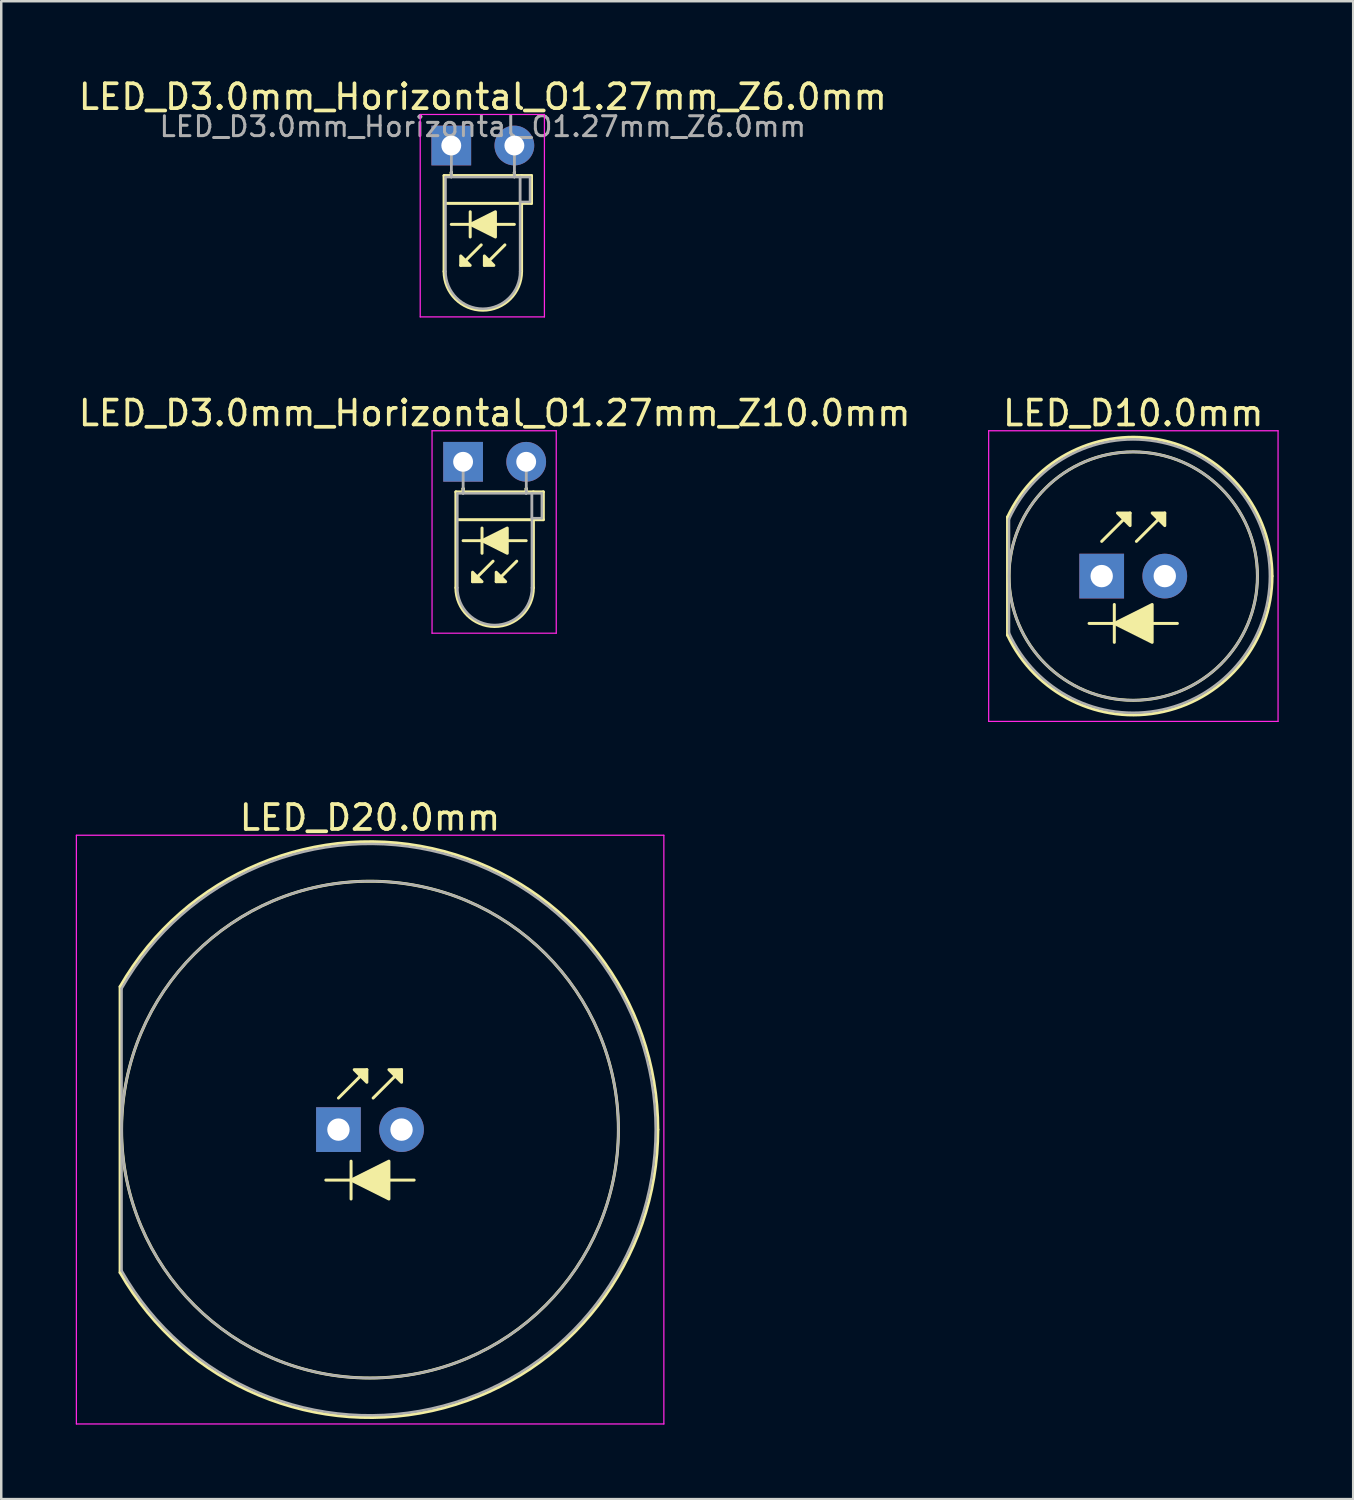
<source format=kicad_pcb>
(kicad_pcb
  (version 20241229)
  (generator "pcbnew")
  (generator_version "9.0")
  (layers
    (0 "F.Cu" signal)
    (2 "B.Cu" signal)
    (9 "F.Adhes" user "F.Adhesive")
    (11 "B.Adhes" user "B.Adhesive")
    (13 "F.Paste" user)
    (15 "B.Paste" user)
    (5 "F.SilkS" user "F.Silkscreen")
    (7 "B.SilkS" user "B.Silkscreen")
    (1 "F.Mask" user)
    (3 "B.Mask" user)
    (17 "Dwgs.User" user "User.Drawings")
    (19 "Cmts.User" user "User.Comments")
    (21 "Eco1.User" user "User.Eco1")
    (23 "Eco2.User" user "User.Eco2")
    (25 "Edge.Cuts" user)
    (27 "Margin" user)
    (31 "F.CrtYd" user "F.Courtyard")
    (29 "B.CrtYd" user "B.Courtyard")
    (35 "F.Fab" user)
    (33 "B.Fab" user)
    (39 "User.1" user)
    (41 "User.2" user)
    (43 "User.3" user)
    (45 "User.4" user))
  (footprint "LED_D3.0mm_Horizontal_O1.27mm_Z10.0mm"
    (layer "F.Cu")
    (at 15.593 15.541)
    (property "Reference" "LED_D3.0mm_Horizontal_O1.27mm_Z10.0mm" (at 1.27 -1.96 0) (layer "F.SilkS") (effects (font (size 1 1) (thickness 0.15))))
    (fp_line (start -0.29 1.21) (end -0.29 5.07) (stroke (width 0.12) (type solid)) (layer "F.SilkS"))
    (fp_line (start -0.29 1.21) (end 2.83 1.21) (stroke (width 0.12) (type solid)) (layer "F.SilkS"))
    (fp_line (start 0 1.08) (end 0 1.08) (stroke (width 0.12) (type solid)) (layer "F.SilkS"))
    (fp_line (start 0 1.08) (end 0 1.21) (stroke (width 0.12) (type solid)) (layer "F.SilkS"))
    (fp_line (start 0 1.21) (end 0 1.08) (stroke (width 0.12) (type solid)) (layer "F.SilkS"))
    (fp_line (start 0 1.21) (end 0 1.21) (stroke (width 0.12) (type solid)) (layer "F.SilkS"))
    (fp_line (start 0.762 2.667) (end 0.762 3.683) (stroke (width 0.12) (type solid)) (layer "F.SilkS"))
    (fp_line (start 1.206 4) (end 0.381 4.826) (stroke (width 0.12) (type solid)) (layer "F.SilkS"))
    (fp_line (start 2.159 4) (end 1.333 4.826) (stroke (width 0.12) (type solid)) (layer "F.SilkS"))
    (fp_line (start 2.54 1.08) (end 2.54 1.08) (stroke (width 0.12) (type solid)) (layer "F.SilkS"))
    (fp_line (start 2.54 1.08) (end 2.54 1.21) (stroke (width 0.12) (type solid)) (layer "F.SilkS"))
    (fp_line (start 2.54 1.21) (end 2.54 1.08) (stroke (width 0.12) (type solid)) (layer "F.SilkS"))
    (fp_line (start 2.54 1.21) (end 2.54 1.21) (stroke (width 0.12) (type solid)) (layer "F.SilkS"))
    (fp_line (start 2.54 3.175) (end 0 3.175) (stroke (width 0.12) (type solid)) (layer "F.SilkS"))
    (fp_line (start 2.83 1.21) (end 3.23 1.21) (stroke (width 0.12) (type solid)) (layer "F.SilkS"))
    (fp_line (start 2.83 2.33) (end 2.83 5.07) (stroke (width 0.12) (type solid)) (layer "F.SilkS"))
    (fp_line (start 3.23 1.21) (end 3.23 2.33) (stroke (width 0.12) (type solid)) (layer "F.SilkS"))
    (fp_line (start 3.23 2.33) (end -0.254 2.33) (stroke (width 0.12) (type solid)) (layer "F.SilkS"))
    (fp_arc (start 2.83 5.07) (mid 1.27 6.63) (end -0.29 5.07) (stroke (width 0.12) (type solid)) (layer "F.SilkS"))
    (fp_poly (pts (xy 0.381 4.445) (xy 0.762 4.826) (xy 0.381 4.826)) (stroke (width 0.12) (type solid)) (fill yes) (layer "F.SilkS"))
    (fp_poly (pts (xy 1.333 4.445) (xy 1.714 4.826) (xy 1.333 4.826)) (stroke (width 0.12) (type solid)) (fill yes) (layer "F.SilkS"))
    (fp_poly (pts (xy 1.778 3.683) (xy 0.762 3.175) (xy 1.778 2.667)) (stroke (width 0.12) (type solid)) (fill yes) (layer "F.SilkS"))
    (fp_line (start -1.25 -1.25) (end -1.25 6.9) (stroke (width 0.05) (type solid)) (layer "F.CrtYd"))
    (fp_line (start -1.25 6.9) (end 3.75 6.9) (stroke (width 0.05) (type solid)) (layer "F.CrtYd"))
    (fp_line (start 3.75 -1.25) (end -1.25 -1.25) (stroke (width 0.05) (type solid)) (layer "F.CrtYd"))
    (fp_line (start 3.75 6.9) (end 3.75 -1.25) (stroke (width 0.05) (type solid)) (layer "F.CrtYd"))
    (fp_line (start -0.23 1.27) (end -0.23 5.07) (stroke (width 0.1) (type solid)) (layer "F.Fab"))
    (fp_line (start -0.23 1.27) (end 2.77 1.27) (stroke (width 0.1) (type solid)) (layer "F.Fab"))
    (fp_line (start 0 0) (end 0 0) (stroke (width 0.1) (type solid)) (layer "F.Fab"))
    (fp_line (start 0 0) (end 0 1.27) (stroke (width 0.1) (type solid)) (layer "F.Fab"))
    (fp_line (start 0 1.27) (end 0 0) (stroke (width 0.1) (type solid)) (layer "F.Fab"))
    (fp_line (start 0 1.27) (end 0 1.27) (stroke (width 0.1) (type solid)) (layer "F.Fab"))
    (fp_line (start 2.54 0) (end 2.54 0) (stroke (width 0.1) (type solid)) (layer "F.Fab"))
    (fp_line (start 2.54 0) (end 2.54 1.27) (stroke (width 0.1) (type solid)) (layer "F.Fab"))
    (fp_line (start 2.54 1.27) (end 2.54 0) (stroke (width 0.1) (type solid)) (layer "F.Fab"))
    (fp_line (start 2.54 1.27) (end 2.54 1.27) (stroke (width 0.1) (type solid)) (layer "F.Fab"))
    (fp_line (start 2.77 1.27) (end 2.77 5.07) (stroke (width 0.1) (type solid)) (layer "F.Fab"))
    (fp_line (start 2.77 1.27) (end 3.17 1.27) (stroke (width 0.1) (type solid)) (layer "F.Fab"))
    (fp_line (start 2.77 2.27) (end 2.77 1.27) (stroke (width 0.1) (type solid)) (layer "F.Fab"))
    (fp_line (start 3.17 1.27) (end 3.17 2.27) (stroke (width 0.1) (type solid)) (layer "F.Fab"))
    (fp_line (start 3.17 2.27) (end 2.77 2.27) (stroke (width 0.1) (type solid)) (layer "F.Fab"))
    (fp_arc (start 2.77 5.07) (mid 1.27 6.57) (end -0.23 5.07) (stroke (width 0.1) (type solid)) (layer "F.Fab"))
    (pad "1" thru_hole rect (at 0 0) (size 1.6 1.6) (drill 0.8) (layers "*.Cu" "*.Mask"))
    (pad "2" thru_hole circle (at 2.54 0) (size 1.6 1.6) (drill 0.8) (layers "*.Cu" "*.Mask")))
  (footprint "LED_D20.0mm"
    (layer "F.Cu")
    (at 10.575 42.425)
    (property "Reference" "LED_D20.0mm" (at 1.27 -12.56 0) (layer "F.SilkS") (effects (font (size 1 1) (thickness 0.15))))
    (fp_line (start -8.79 -5.756) (end -8.79 5.756) (stroke (width 0.12) (type solid)) (layer "F.SilkS"))
    (fp_line (start 0 -1.27) (end 1.143 -2.413) (stroke (width 0.12) (type solid)) (layer "F.SilkS"))
    (fp_line (start 0.508 1.27) (end 0.508 2.794) (stroke (width 0.12) (type solid)) (layer "F.SilkS"))
    (fp_line (start 0.508 2.032) (end -0.508 2.032) (stroke (width 0.12) (type solid)) (layer "F.SilkS"))
    (fp_line (start 1.397 -1.27) (end 2.54 -2.413) (stroke (width 0.12) (type solid)) (layer "F.SilkS"))
    (fp_line (start 3.048 2.032) (end 2.032 2.032) (stroke (width 0.12) (type solid)) (layer "F.SilkS"))
    (fp_arc (start -8.79 -5.755389) (mid 4.245115 -11.201643) (end 12.859999 -0.00523) (stroke (width 0.12) (type solid)) (layer "F.SilkS"))
    (fp_arc (start 12.859999 0.00523) (mid 4.245115 11.201643) (end -8.79 5.755389) (stroke (width 0.12) (type solid)) (layer "F.SilkS"))
    (fp_circle (center 1.27 0) (end 11.27 0) (stroke (width 0.12) (type solid)) (fill no) (layer "F.SilkS"))
    (fp_poly (pts (xy 1.143 -1.905) (xy 0.635 -2.413) (xy 1.143 -2.413)) (stroke (width 0.12) (type solid)) (fill yes) (layer "F.SilkS"))
    (fp_poly (pts (xy 2.032 2.794) (xy 0.508 2.032) (xy 2.032 1.27)) (stroke (width 0.12) (type solid)) (fill yes) (layer "F.SilkS"))
    (fp_poly (pts (xy 2.54 -1.905) (xy 2.032 -2.413) (xy 2.54 -2.413)) (stroke (width 0.12) (type solid)) (fill yes) (layer "F.SilkS"))
    (fp_line (start -10.55 -11.85) (end -10.55 11.85) (stroke (width 0.05) (type solid)) (layer "F.CrtYd"))
    (fp_line (start -10.55 11.85) (end 13.1 11.85) (stroke (width 0.05) (type solid)) (layer "F.CrtYd"))
    (fp_line (start 13.1 -11.85) (end -10.55 -11.85) (stroke (width 0.05) (type solid)) (layer "F.CrtYd"))
    (fp_line (start 13.1 11.85) (end 13.1 -11.85) (stroke (width 0.05) (type solid)) (layer "F.CrtYd"))
    (fp_line (start -8.73 -5.679) (end -8.73 5.679) (stroke (width 0.1) (type solid)) (layer "F.Fab"))
    (fp_arc (start -8.73 -5.678908) (mid 12.77 -0.001637) (end -8.728383 5.681755) (stroke (width 0.1) (type solid)) (layer "F.Fab"))
    (fp_circle (center 1.27 0) (end 11.27 0) (stroke (width 0.1) (type solid)) (fill no) (layer "F.Fab"))
    (pad "1" thru_hole rect (at 0 0) (size 1.8 1.8) (drill 0.9) (layers "*.Cu" "*.Mask"))
    (pad "2" thru_hole circle (at 2.54 0) (size 1.8 1.8) (drill 0.9) (layers "*.Cu" "*.Mask")))
  (footprint "LED_D10.0mm"
    (layer "F.Cu")
    (at 41.301 20.142)
    (property "Reference" "LED_D10.0mm" (at 1.27 -6.56 0) (layer "F.SilkS") (effects (font (size 1 1) (thickness 0.15))))
    (fp_line (start -3.79 -2.376) (end -3.79 2.376) (stroke (width 0.12) (type solid)) (layer "F.SilkS"))
    (fp_line (start 0 -1.397) (end 1.143 -2.54) (stroke (width 0.12) (type solid)) (layer "F.SilkS"))
    (fp_line (start 0.508 1.143) (end 0.508 2.667) (stroke (width 0.12) (type solid)) (layer "F.SilkS"))
    (fp_line (start 0.508 1.905) (end -0.508 1.905) (stroke (width 0.12) (type solid)) (layer "F.SilkS"))
    (fp_line (start 1.397 -1.397) (end 2.54 -2.54) (stroke (width 0.12) (type solid)) (layer "F.SilkS"))
    (fp_line (start 3.048 1.905) (end 2.032 1.905) (stroke (width 0.12) (type solid)) (layer "F.SilkS"))
    (fp_arc (start -3.79 -2.375816) (mid 2.484794 -5.456407) (end 6.859998 -0.004741) (stroke (width 0.12) (type solid)) (layer "F.SilkS"))
    (fp_arc (start 6.859998 0.004741) (mid 2.484794 5.456407) (end -3.79 2.375816) (stroke (width 0.12) (type solid)) (layer "F.SilkS"))
    (fp_circle (center 1.27 0) (end 6.27 0) (stroke (width 0.12) (type solid)) (fill no) (layer "F.SilkS"))
    (fp_poly (pts (xy 1.143 -2.032) (xy 0.635 -2.54) (xy 1.143 -2.54)) (stroke (width 0.12) (type solid)) (fill yes) (layer "F.SilkS"))
    (fp_poly (pts (xy 2.032 2.667) (xy 0.508 1.905) (xy 2.032 1.143)) (stroke (width 0.12) (type solid)) (fill yes) (layer "F.SilkS"))
    (fp_poly (pts (xy 2.54 -2.032) (xy 2.032 -2.54) (xy 2.54 -2.54)) (stroke (width 0.12) (type solid)) (fill yes) (layer "F.SilkS"))
    (fp_line (start -4.55 -5.85) (end -4.55 5.85) (stroke (width 0.05) (type solid)) (layer "F.CrtYd"))
    (fp_line (start -4.55 5.85) (end 7.1 5.85) (stroke (width 0.05) (type solid)) (layer "F.CrtYd"))
    (fp_line (start 7.1 -5.85) (end -4.55 -5.85) (stroke (width 0.05) (type solid)) (layer "F.CrtYd"))
    (fp_line (start 7.1 5.85) (end 7.1 -5.85) (stroke (width 0.05) (type solid)) (layer "F.CrtYd"))
    (fp_line (start -3.73 -2.291) (end -3.73 2.291) (stroke (width 0.1) (type solid)) (layer "F.Fab"))
    (fp_arc (start -3.73 -2.291288) (mid 6.77 0.001918) (end -3.731597 2.2878) (stroke (width 0.1) (type solid)) (layer "F.Fab"))
    (fp_circle (center 1.27 0) (end 6.27 0) (stroke (width 0.1) (type solid)) (fill no) (layer "F.Fab"))
    (pad "1" thru_hole rect (at 0 0) (size 1.8 1.8) (drill 0.9) (layers "*.Cu" "*.Mask"))
    (pad "2" thru_hole circle (at 2.54 0) (size 1.8 1.8) (drill 0.9) (layers "*.Cu" "*.Mask")))
  (footprint "LED_D3.0mm_Horizontal_O1.27mm_Z6.0mm"
    (layer "F.Cu")
    (at 15.117 2.808)
    (property "Reference" "LED_D3.0mm_Horizontal_O1.27mm_Z6.0mm" (at 1.27 -1.96 0) (layer "F.SilkS") (effects (font (size 1 1) (thickness 0.15))))
    (fp_line (start -0.29 1.21) (end -0.29 5.07) (stroke (width 0.12) (type solid)) (layer "F.SilkS"))
    (fp_line (start -0.29 1.21) (end 2.83 1.21) (stroke (width 0.12) (type solid)) (layer "F.SilkS"))
    (fp_line (start 0 1.08) (end 0 1.08) (stroke (width 0.12) (type solid)) (layer "F.SilkS"))
    (fp_line (start 0 1.08) (end 0 1.21) (stroke (width 0.12) (type solid)) (layer "F.SilkS"))
    (fp_line (start 0 1.21) (end 0 1.08) (stroke (width 0.12) (type solid)) (layer "F.SilkS"))
    (fp_line (start 0 1.21) (end 0 1.21) (stroke (width 0.12) (type solid)) (layer "F.SilkS"))
    (fp_line (start 0.762 2.667) (end 0.762 3.683) (stroke (width 0.12) (type solid)) (layer "F.SilkS"))
    (fp_line (start 1.206 4) (end 0.381 4.826) (stroke (width 0.12) (type solid)) (layer "F.SilkS"))
    (fp_line (start 2.159 4) (end 1.333 4.826) (stroke (width 0.12) (type solid)) (layer "F.SilkS"))
    (fp_line (start 2.54 1.08) (end 2.54 1.08) (stroke (width 0.12) (type solid)) (layer "F.SilkS"))
    (fp_line (start 2.54 1.08) (end 2.54 1.21) (stroke (width 0.12) (type solid)) (layer "F.SilkS"))
    (fp_line (start 2.54 1.21) (end 2.54 1.08) (stroke (width 0.12) (type solid)) (layer "F.SilkS"))
    (fp_line (start 2.54 1.21) (end 2.54 1.21) (stroke (width 0.12) (type solid)) (layer "F.SilkS"))
    (fp_line (start 2.54 3.175) (end 0 3.175) (stroke (width 0.12) (type solid)) (layer "F.SilkS"))
    (fp_line (start 2.83 1.21) (end 3.23 1.21) (stroke (width 0.12) (type solid)) (layer "F.SilkS"))
    (fp_line (start 2.83 2.33) (end 2.83 5.07) (stroke (width 0.12) (type solid)) (layer "F.SilkS"))
    (fp_line (start 3.23 1.21) (end 3.23 2.33) (stroke (width 0.12) (type solid)) (layer "F.SilkS"))
    (fp_line (start 3.23 2.33) (end -0.254 2.33) (stroke (width 0.12) (type solid)) (layer "F.SilkS"))
    (fp_arc (start 2.83 5.07) (mid 1.27 6.63) (end -0.29 5.07) (stroke (width 0.12) (type solid)) (layer "F.SilkS"))
    (fp_poly (pts (xy 0.381 4.445) (xy 0.762 4.826) (xy 0.381 4.826)) (stroke (width 0.12) (type solid)) (fill yes) (layer "F.SilkS"))
    (fp_poly (pts (xy 1.333 4.445) (xy 1.714 4.826) (xy 1.333 4.826)) (stroke (width 0.12) (type solid)) (fill yes) (layer "F.SilkS"))
    (fp_poly (pts (xy 1.778 3.683) (xy 0.762 3.175) (xy 1.778 2.667)) (stroke (width 0.12) (type solid)) (fill yes) (layer "F.SilkS"))
    (fp_line (start -1.25 -1.25) (end -1.25 6.9) (stroke (width 0.05) (type solid)) (layer "F.CrtYd"))
    (fp_line (start -1.25 6.9) (end 3.75 6.9) (stroke (width 0.05) (type solid)) (layer "F.CrtYd"))
    (fp_line (start 3.75 -1.25) (end -1.25 -1.25) (stroke (width 0.05) (type solid)) (layer "F.CrtYd"))
    (fp_line (start 3.75 6.9) (end 3.75 -1.25) (stroke (width 0.05) (type solid)) (layer "F.CrtYd"))
    (fp_line (start -0.23 1.27) (end -0.23 5.07) (stroke (width 0.1) (type solid)) (layer "F.Fab"))
    (fp_line (start -0.23 1.27) (end 2.77 1.27) (stroke (width 0.1) (type solid)) (layer "F.Fab"))
    (fp_line (start 0 0) (end 0 0) (stroke (width 0.1) (type solid)) (layer "F.Fab"))
    (fp_line (start 0 0) (end 0 1.27) (stroke (width 0.1) (type solid)) (layer "F.Fab"))
    (fp_line (start 0 1.27) (end 0 0) (stroke (width 0.1) (type solid)) (layer "F.Fab"))
    (fp_line (start 0 1.27) (end 0 1.27) (stroke (width 0.1) (type solid)) (layer "F.Fab"))
    (fp_line (start 2.54 0) (end 2.54 0) (stroke (width 0.1) (type solid)) (layer "F.Fab"))
    (fp_line (start 2.54 0) (end 2.54 1.27) (stroke (width 0.1) (type solid)) (layer "F.Fab"))
    (fp_line (start 2.54 1.27) (end 2.54 0) (stroke (width 0.1) (type solid)) (layer "F.Fab"))
    (fp_line (start 2.54 1.27) (end 2.54 1.27) (stroke (width 0.1) (type solid)) (layer "F.Fab"))
    (fp_line (start 2.77 1.27) (end 2.77 5.07) (stroke (width 0.1) (type solid)) (layer "F.Fab"))
    (fp_line (start 2.77 1.27) (end 3.17 1.27) (stroke (width 0.1) (type solid)) (layer "F.Fab"))
    (fp_line (start 2.77 2.27) (end 2.77 1.27) (stroke (width 0.1) (type solid)) (layer "F.Fab"))
    (fp_line (start 3.17 1.27) (end 3.17 2.27) (stroke (width 0.1) (type solid)) (layer "F.Fab"))
    (fp_line (start 3.17 2.27) (end 2.77 2.27) (stroke (width 0.1) (type solid)) (layer "F.Fab"))
    (fp_arc (start 2.77 5.07) (mid 1.27 6.57) (end -0.23 5.07) (stroke (width 0.1) (type solid)) (layer "F.Fab"))
    (fp_text user "${REFERENCE}" (at 1.27 -0.762 0) (layer "F.Fab") (effects (font (size 0.8 0.8) (thickness 0.12))))
    (pad "1" thru_hole rect (at 0 0) (size 1.6 1.6) (drill 0.8) (layers "*.Cu" "*.Mask"))
    (pad "2" thru_hole circle (at 2.54 0) (size 1.6 1.6) (drill 0.8) (layers "*.Cu" "*.Mask")))
  (gr_rect
    (start -3 -3)
    (end 51.426 57.3)
    (stroke (width 0.1) (type default))
    (fill no)
    (layer "Edge.Cuts")))
</source>
